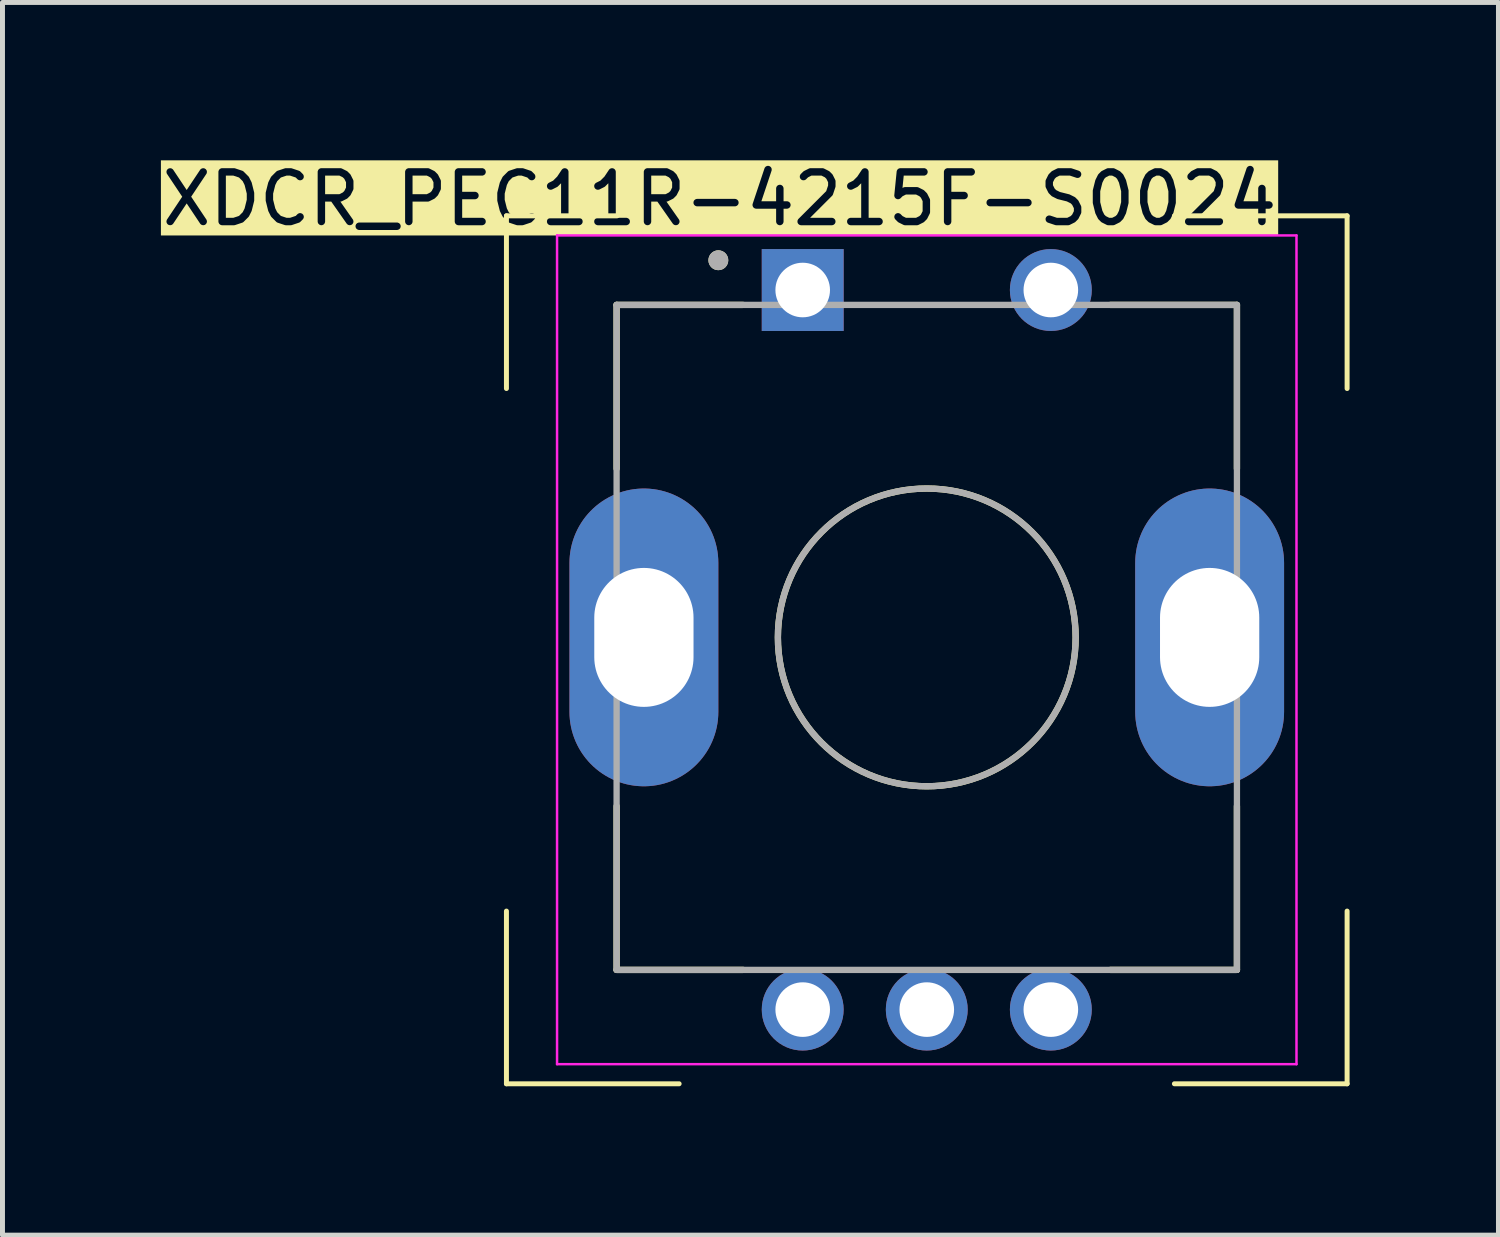
<source format=kicad_pcb>
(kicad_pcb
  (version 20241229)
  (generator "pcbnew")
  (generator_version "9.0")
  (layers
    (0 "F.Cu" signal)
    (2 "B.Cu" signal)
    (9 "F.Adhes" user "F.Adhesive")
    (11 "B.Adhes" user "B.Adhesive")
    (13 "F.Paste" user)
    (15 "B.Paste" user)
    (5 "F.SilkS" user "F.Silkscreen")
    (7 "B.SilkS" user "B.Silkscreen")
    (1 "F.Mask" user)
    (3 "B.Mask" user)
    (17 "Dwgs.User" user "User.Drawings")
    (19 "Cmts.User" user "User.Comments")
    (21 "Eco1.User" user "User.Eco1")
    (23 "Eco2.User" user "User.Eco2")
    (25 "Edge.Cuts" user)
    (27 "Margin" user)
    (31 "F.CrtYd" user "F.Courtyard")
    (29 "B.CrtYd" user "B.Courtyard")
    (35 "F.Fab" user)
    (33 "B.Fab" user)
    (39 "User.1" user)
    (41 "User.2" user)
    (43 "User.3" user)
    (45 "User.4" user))
  (footprint "XDCR_PEC11R-4215F-S0024"
    (layer "F.Cu")
    (at 15.625 9.794)
    (property "Reference" "XDCR_PEC11R-4215F-S0024" (at -4.175 -8.835 0) (layer "F.SilkS" knockout) (effects (font (size 1 1) (thickness 0.15))))
    (attr through_hole)
    (fp_line (start -8.47 -8.495) (end -6.24 -8.495) (stroke (width 0.1) (type default)) (layer "F.SilkS"))
    (fp_line (start -8.47 -5.015) (end -8.47 -8.495) (stroke (width 0.1) (type default)) (layer "F.SilkS"))
    (fp_line (start -8.47 5.515) (end -8.47 8.995) (stroke (width 0.1) (type default)) (layer "F.SilkS"))
    (fp_line (start -8.47 8.995) (end -4.99 8.995) (stroke (width 0.1) (type default)) (layer "F.SilkS"))
    (fp_line (start -6.25 -6.7) (end -3.7 -6.7) (stroke (width 0.127) (type solid)) (layer "F.SilkS"))
    (fp_line (start -6.25 -3.4) (end -6.25 -6.7) (stroke (width 0.127) (type solid)) (layer "F.SilkS"))
    (fp_line (start -6.25 3.4) (end -6.25 6.7) (stroke (width 0.127) (type solid)) (layer "F.SilkS"))
    (fp_line (start -6.25 6.7) (end -3.7 6.7) (stroke (width 0.127) (type solid)) (layer "F.SilkS"))
    (fp_line (start 3.7 -6.7) (end 6.25 -6.7) (stroke (width 0.127) (type solid)) (layer "F.SilkS"))
    (fp_line (start 3.7 6.7) (end 6.25 6.7) (stroke (width 0.127) (type solid)) (layer "F.SilkS"))
    (fp_line (start 6.25 -6.7) (end 6.25 -3.4) (stroke (width 0.127) (type solid)) (layer "F.SilkS"))
    (fp_line (start 6.25 6.7) (end 6.25 3.4) (stroke (width 0.127) (type solid)) (layer "F.SilkS"))
    (fp_line (start 8.47 -8.495) (end 4.99 -8.495) (stroke (width 0.1) (type default)) (layer "F.SilkS"))
    (fp_line (start 8.47 -5.015) (end 8.47 -8.495) (stroke (width 0.1) (type default)) (layer "F.SilkS"))
    (fp_line (start 8.47 5.515) (end 8.47 8.995) (stroke (width 0.1) (type solid)) (layer "F.SilkS"))
    (fp_line (start 8.47 8.995) (end 4.99 8.995) (stroke (width 0.1) (type default)) (layer "F.SilkS"))
    (fp_circle (center -4.2 -7.6) (end -4.1 -7.6) (stroke (width 0.2) (type solid)) (fill no) (layer "F.SilkS"))
    (fp_circle (center 0 0) (end 3 0) (stroke (width 0.127) (type solid)) (fill no) (layer "F.SilkS"))
    (fp_line (start -7.45 -8.1) (end -7.45 8.6) (stroke (width 0.05) (type solid)) (layer "F.CrtYd"))
    (fp_line (start -7.45 8.6) (end 7.45 8.6) (stroke (width 0.05) (type solid)) (layer "F.CrtYd"))
    (fp_line (start 7.45 -8.1) (end -7.45 -8.1) (stroke (width 0.05) (type solid)) (layer "F.CrtYd"))
    (fp_line (start 7.45 8.6) (end 7.45 -8.1) (stroke (width 0.05) (type solid)) (layer "F.CrtYd"))
    (fp_line (start -6.25 -6.7) (end 6.25 -6.7) (stroke (width 0.127) (type solid)) (layer "F.Fab"))
    (fp_line (start -6.25 6.7) (end -6.25 -6.7) (stroke (width 0.127) (type solid)) (layer "F.Fab"))
    (fp_line (start 6.25 -6.7) (end 6.25 6.7) (stroke (width 0.127) (type solid)) (layer "F.Fab"))
    (fp_line (start 6.25 6.7) (end -6.25 6.7) (stroke (width 0.127) (type solid)) (layer "F.Fab"))
    (fp_circle (center -4.2 -7.6) (end -4.1 -7.6) (stroke (width 0.2) (type solid)) (fill no) (layer "F.Fab"))
    (fp_circle (center 0 0) (end 3 0) (stroke (width 0.127) (type solid)) (fill no) (layer "F.Fab"))
    (pad "1" thru_hole rect (at -2.5 -7) (size 1.65 1.65) (drill 1.1) (layers "*.Cu" "*.Mask"))
    (pad "2" thru_hole circle (at 2.5 -7) (size 1.65 1.65) (drill 1.1) (layers "*.Cu" "*.Mask"))
    (pad "A" thru_hole circle (at -2.5 7.5) (size 1.65 1.65) (drill 1.1) (layers "*.Cu" "*.Mask"))
    (pad "B" thru_hole circle (at 2.5 7.5) (size 1.65 1.65) (drill 1.1) (layers "*.Cu" "*.Mask"))
    (pad "COM" thru_hole circle (at 0 7.5) (size 1.65 1.65) (drill 1.1) (layers "*.Cu" "*.Mask"))
    (pad "S1" thru_hole oval (at -5.7 0) (size 3 6) (drill oval 2 2.8) (layers "*.Cu" "*.Mask"))
    (pad "S2" thru_hole oval (at 5.7 0) (size 3 6) (drill oval 2 2.8) (layers "*.Cu" "*.Mask")))
  (gr_rect
    (start -3 -3)
    (end 27.145 21.839)
    (stroke (width 0.1) (type default))
    (fill no)
    (layer "Edge.Cuts")))
</source>
